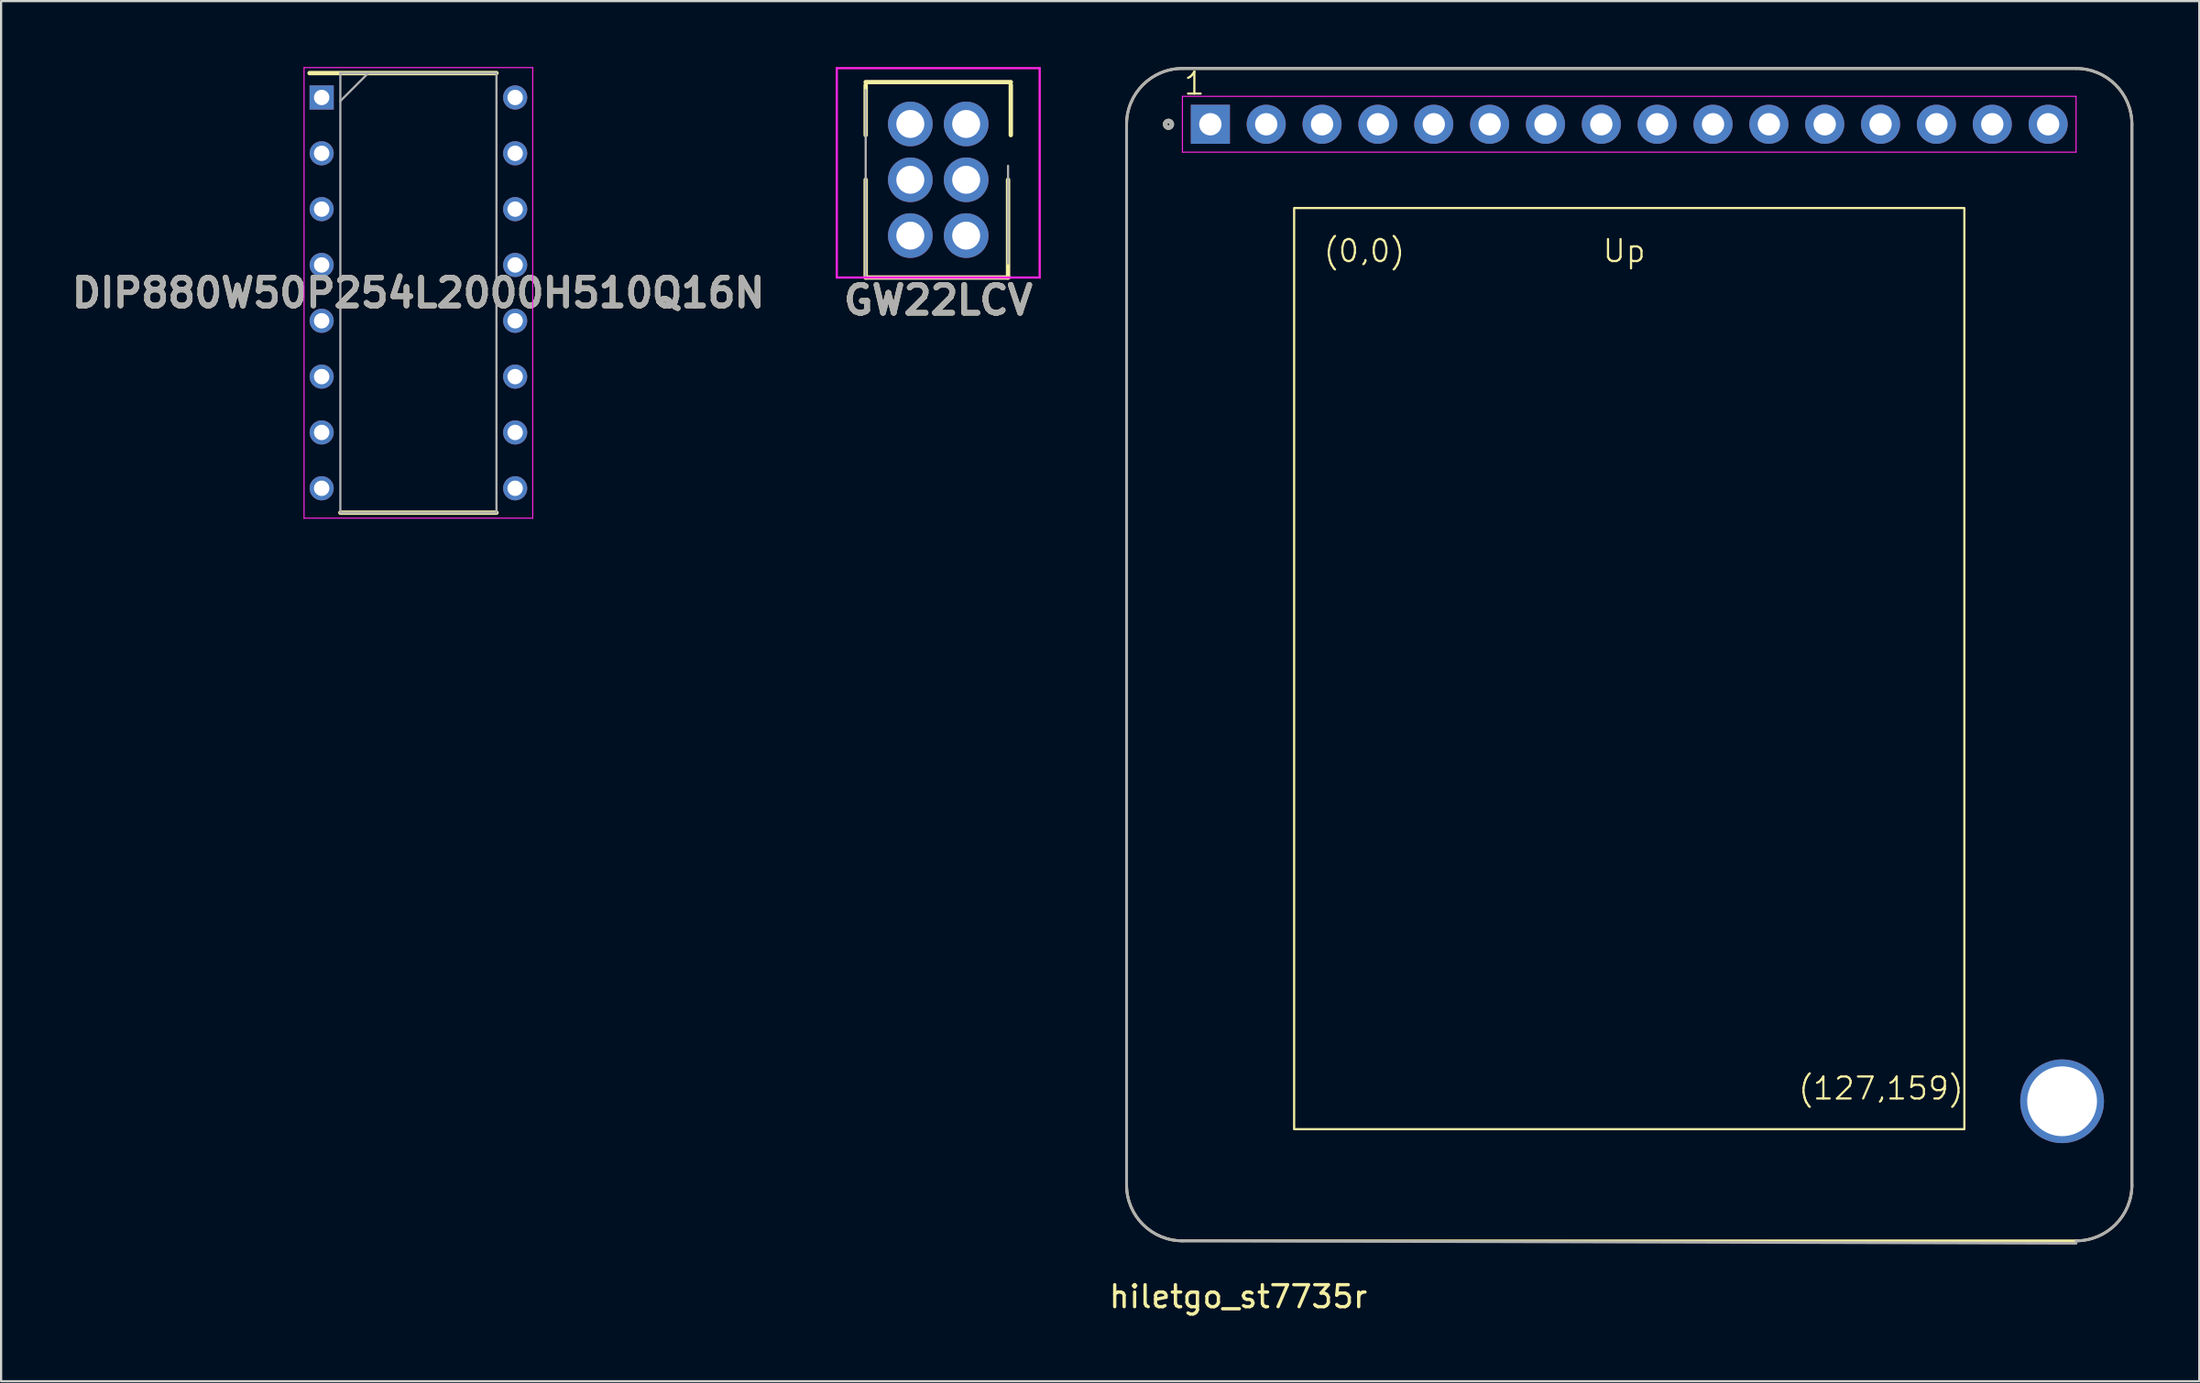
<source format=kicad_pcb>
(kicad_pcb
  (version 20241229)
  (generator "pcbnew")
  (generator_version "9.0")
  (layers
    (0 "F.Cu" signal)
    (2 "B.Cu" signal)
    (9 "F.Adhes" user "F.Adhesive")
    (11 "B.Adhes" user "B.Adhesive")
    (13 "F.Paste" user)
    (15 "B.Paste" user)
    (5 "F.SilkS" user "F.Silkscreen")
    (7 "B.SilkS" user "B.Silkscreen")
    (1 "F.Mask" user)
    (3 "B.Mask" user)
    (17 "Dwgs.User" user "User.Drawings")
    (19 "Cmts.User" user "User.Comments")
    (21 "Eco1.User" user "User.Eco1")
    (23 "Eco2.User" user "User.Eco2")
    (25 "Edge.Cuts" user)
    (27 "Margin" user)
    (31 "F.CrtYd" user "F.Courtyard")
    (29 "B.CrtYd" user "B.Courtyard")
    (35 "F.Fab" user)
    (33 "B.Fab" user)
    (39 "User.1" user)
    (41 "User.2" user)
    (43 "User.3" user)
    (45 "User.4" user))
  (footprint "DIP880W50P254L2000H510Q16N"
    (layer "F.Cu")
    (at 15.978 10.275)
    (property "Reference" "DIP880W50P254L2000H510Q16N" (at 0 0 0) (layer "F.SilkS") (effects (font (size 1.27 1.27) (thickness 0.254))))
    (attr through_hole)
    (fp_line (start -4.95 -10) (end 3.55 -10) (stroke (width 0.2) (type solid)) (layer "F.SilkS"))
    (fp_line (start -3.55 10) (end 3.55 10) (stroke (width 0.2) (type solid)) (layer "F.SilkS"))
    (fp_line (start -5.2 -10.25) (end 5.2 -10.25) (stroke (width 0.05) (type solid)) (layer "F.CrtYd"))
    (fp_line (start -5.2 10.25) (end -5.2 -10.25) (stroke (width 0.05) (type solid)) (layer "F.CrtYd"))
    (fp_line (start 5.2 -10.25) (end 5.2 10.25) (stroke (width 0.05) (type solid)) (layer "F.CrtYd"))
    (fp_line (start 5.2 10.25) (end -5.2 10.25) (stroke (width 0.05) (type solid)) (layer "F.CrtYd"))
    (fp_line (start -3.55 -10) (end 3.55 -10) (stroke (width 0.1) (type solid)) (layer "F.Fab"))
    (fp_line (start -3.55 -8.73) (end -2.28 -10) (stroke (width 0.1) (type solid)) (layer "F.Fab"))
    (fp_line (start -3.55 10) (end -3.55 -10) (stroke (width 0.1) (type solid)) (layer "F.Fab"))
    (fp_line (start 3.55 -10) (end 3.55 10) (stroke (width 0.1) (type solid)) (layer "F.Fab"))
    (fp_line (start 3.55 10) (end -3.55 10) (stroke (width 0.1) (type solid)) (layer "F.Fab"))
    (fp_text user "${REFERENCE}" (at 0 0 0) (layer "F.Fab") (effects (font (size 1.27 1.27) (thickness 0.254))))
    (pad "1" thru_hole rect (at -4.4 -8.89) (size 1.1 1.1) (drill 0.7) (layers "*.Cu" "*.Mask"))
    (pad "2" thru_hole circle (at -4.4 -6.35) (size 1.1 1.1) (drill 0.7) (layers "*.Cu" "*.Mask"))
    (pad "3" thru_hole circle (at -4.4 -3.81) (size 1.1 1.1) (drill 0.7) (layers "*.Cu" "*.Mask"))
    (pad "4" thru_hole circle (at -4.4 -1.27) (size 1.1 1.1) (drill 0.7) (layers "*.Cu" "*.Mask"))
    (pad "5" thru_hole circle (at -4.4 1.27) (size 1.1 1.1) (drill 0.7) (layers "*.Cu" "*.Mask"))
    (pad "6" thru_hole circle (at -4.4 3.81) (size 1.1 1.1) (drill 0.7) (layers "*.Cu" "*.Mask"))
    (pad "7" thru_hole circle (at -4.4 6.35) (size 1.1 1.1) (drill 0.7) (layers "*.Cu" "*.Mask"))
    (pad "8" thru_hole circle (at -4.4 8.89) (size 1.1 1.1) (drill 0.7) (layers "*.Cu" "*.Mask"))
    (pad "9" thru_hole circle (at 4.4 8.89) (size 1.1 1.1) (drill 0.7) (layers "*.Cu" "*.Mask"))
    (pad "10" thru_hole circle (at 4.4 6.35) (size 1.1 1.1) (drill 0.7) (layers "*.Cu" "*.Mask"))
    (pad "11" thru_hole circle (at 4.4 3.81) (size 1.1 1.1) (drill 0.7) (layers "*.Cu" "*.Mask"))
    (pad "12" thru_hole circle (at 4.4 1.27) (size 1.1 1.1) (drill 0.7) (layers "*.Cu" "*.Mask"))
    (pad "13" thru_hole circle (at 4.4 -1.27) (size 1.1 1.1) (drill 0.7) (layers "*.Cu" "*.Mask"))
    (pad "14" thru_hole circle (at 4.4 -3.81) (size 1.1 1.1) (drill 0.7) (layers "*.Cu" "*.Mask"))
    (pad "15" thru_hole circle (at 4.4 -6.35) (size 1.1 1.1) (drill 0.7) (layers "*.Cu" "*.Mask"))
    (pad "16" thru_hole circle (at 4.4 -8.89) (size 1.1 1.1) (drill 0.7) (layers "*.Cu" "*.Mask")))
  (footprint "GW22LCV"
    (layer "F.Cu")
    (at 39.619 7.67)
    (property "Reference" "GW22LCV" (at 0 2.936 0) (layer "F.SilkS") (effects (font (size 1.27 1.27) (thickness 0.254))))
    (attr through_hole)
    (fp_line (start -3.3 -6.985) (end 3.3 -6.985) (stroke (width 0.2) (type solid)) (layer "F.SilkS"))
    (fp_line (start -3.3 -4.575) (end -3.3 -6.855) (stroke (width 0.2) (type solid)) (layer "F.SilkS"))
    (fp_line (start -3.3 -2.54) (end -3.3 1.905) (stroke (width 0.2) (type solid)) (layer "F.SilkS"))
    (fp_line (start -3.3 1.905) (end 3.175 1.905) (stroke (width 0.2) (type solid)) (layer "F.SilkS"))
    (fp_line (start 3.175 1.905) (end 3.175 -2.54) (stroke (width 0.2) (type solid)) (layer "F.SilkS"))
    (fp_line (start 3.3 -6.855) (end 3.3 -4.575) (stroke (width 0.2) (type solid)) (layer "F.SilkS"))
    (fp_line (start -4.613 -7.62) (end 4.613 -7.62) (stroke (width 0.1) (type solid)) (layer "F.CrtYd"))
    (fp_line (start -4.613 1.905) (end -4.613 -7.62) (stroke (width 0.1) (type solid)) (layer "F.CrtYd"))
    (fp_line (start 4.613 -7.62) (end 4.613 1.905) (stroke (width 0.1) (type solid)) (layer "F.CrtYd"))
    (fp_line (start 4.613 1.905) (end -4.613 1.905) (stroke (width 0.1) (type solid)) (layer "F.CrtYd"))
    (fp_line (start -3.3 1.905) (end -3.3 -6.625) (stroke (width 0.1) (type solid)) (layer "F.Fab"))
    (fp_line (start 3.175 -3.175) (end 3.175 1.27) (stroke (width 0.1) (type solid)) (layer "F.Fab"))
    (fp_line (start 3.3 1.905) (end -3.3 1.905) (stroke (width 0.1) (type solid)) (layer "F.Fab"))
    (fp_text user "${REFERENCE}" (at 0 2.936 0) (layer "F.Fab") (effects (font (size 1.27 1.27) (thickness 0.254))))
    (pad "1" thru_hole circle (at -1.27 0) (size 2.032 2.032) (drill 1.27) (layers "*.Cu" "*.Mask"))
    (pad "2" thru_hole circle (at -1.27 -2.54) (size 2.032 2.032) (drill 1.27) (layers "*.Cu" "*.Mask"))
    (pad "3" thru_hole circle (at -1.27 -5.08) (size 2.032 2.032) (drill 1.27) (layers "*.Cu" "*.Mask"))
    (pad "4" thru_hole circle (at 1.27 0) (size 2.032 2.032) (drill 1.27) (layers "*.Cu" "*.Mask"))
    (pad "5" thru_hole circle (at 1.27 -2.54) (size 2.032 2.032) (drill 1.27) (layers "*.Cu" "*.Mask"))
    (pad "6" thru_hole circle (at 1.27 -5.08) (size 2.032 2.032) (drill 1.27) (layers "*.Cu" "*.Mask")))
  (footprint "hiletgo_st7735r"
    (layer "F.Cu")
    (at 71.044 26.734)
    (property "Reference" "hiletgo_st7735r" (at -17.78 29.21 0) (layer "F.SilkS") (effects (font (size 1 1) (thickness 0.15))))
    (attr through_hole)
    (fp_line (start -22.86 -24.13) (end -22.86 24.13) (stroke (width 0.127) (type solid)) (layer "F.SilkS"))
    (fp_line (start -20.32 26.67) (end 20.32 26.67) (stroke (width 0.127) (type solid)) (layer "F.SilkS"))
    (fp_line (start 20.32 -26.67) (end -20.32 -26.67) (stroke (width 0.127) (type solid)) (layer "F.SilkS"))
    (fp_line (start 22.86 24.13) (end 22.86 -24.13) (stroke (width 0.127) (type solid)) (layer "F.SilkS"))
    (fp_rect (start -15.24 -20.32) (end 15.24 21.59) (stroke (width 0.1) (type default)) (fill no) (layer "F.SilkS"))
    (fp_arc (start -22.860001 -24.130001) (mid -22.116052 -25.926052) (end -20.320001 -26.670001) (stroke (width 0.127) (type solid)) (layer "F.SilkS"))
    (fp_arc (start -20.320001 26.670001) (mid -22.116052 25.926052) (end -22.860001 24.130001) (stroke (width 0.127) (type solid)) (layer "F.SilkS"))
    (fp_arc (start 20.32 -26.67) (mid 22.116051 -25.926051) (end 22.86 -24.13) (stroke (width 0.127) (type solid)) (layer "F.SilkS"))
    (fp_arc (start 22.86 24.13) (mid 22.116051 25.926051) (end 20.32 26.67) (stroke (width 0.127) (type solid)) (layer "F.SilkS"))
    (fp_circle (center -20.955 -24.13) (end -20.803 -24.13) (stroke (width 0.203) (type solid)) (fill no) (layer "F.SilkS"))
    (fp_line (start -20.32 -25.4) (end -20.32 -22.86) (stroke (width 0.05) (type solid)) (layer "F.CrtYd"))
    (fp_line (start -20.32 -22.86) (end 20.32 -22.86) (stroke (width 0.05) (type solid)) (layer "F.CrtYd"))
    (fp_line (start 20.32 -25.4) (end -20.32 -25.4) (stroke (width 0.05) (type solid)) (layer "F.CrtYd"))
    (fp_line (start 20.32 -22.86) (end 20.32 -25.4) (stroke (width 0.05) (type solid)) (layer "F.CrtYd"))
    (fp_line (start -22.86 -24.13) (end -22.86 24.13) (stroke (width 0.127) (type solid)) (layer "F.Fab"))
    (fp_line (start -20.32 26.67) (end 20.32 26.779) (stroke (width 0.127) (type solid)) (layer "F.Fab"))
    (fp_line (start 20.32 -26.67) (end -20.32 -26.67) (stroke (width 0.127) (type solid)) (layer "F.Fab"))
    (fp_line (start 22.86 24.239) (end 22.86 -24.13) (stroke (width 0.127) (type solid)) (layer "F.Fab"))
    (fp_arc (start -22.860001 -24.130001) (mid -22.116052 -25.926052) (end -20.320001 -26.670001) (stroke (width 0.127) (type solid)) (layer "F.Fab"))
    (fp_arc (start -20.320001 26.670001) (mid -22.116052 25.926052) (end -22.860001 24.130001) (stroke (width 0.127) (type solid)) (layer "F.Fab"))
    (fp_arc (start 20.32 -26.67) (mid 22.116051 -25.926051) (end 22.86 -24.13) (stroke (width 0.127) (type solid)) (layer "F.Fab"))
    (fp_arc (start 22.86 24.13) (mid 22.116051 25.926051) (end 20.32 26.67) (stroke (width 0.127) (type solid)) (layer "F.Fab"))
    (fp_circle (center -20.955 -24.13) (end -20.803 -24.13) (stroke (width 0.203) (type solid)) (fill no) (layer "F.Fab"))
    (fp_text user "(127,159)" (at 7.62 20.32 0) (unlocked yes) (layer "F.SilkS") (effects (font (size 1 1) (thickness 0.1)) (justify left bottom)))
    (fp_text user "Up" (at -1.27 -17.78 0) (unlocked yes) (layer "F.SilkS") (effects (font (size 1 1) (thickness 0.1)) (justify left bottom)))
    (fp_text user "(0,0)" (at -13.97 -17.78 0) (unlocked yes) (layer "F.SilkS") (effects (font (size 1 1) (thickness 0.1)) (justify left bottom)))
    (fp_text user "1" (at -20.32 -25.4 0) (unlocked yes) (layer "F.SilkS") (effects (font (size 1 1) (thickness 0.1)) (justify left bottom)))
    (pad "" np_thru_hole circle (at 19.685 20.32 90) (size 3.81 3.81) (drill 3.175) (layers "*.Cu" "*.Mask"))
    (pad "1" thru_hole rect (at -19.05 -24.13 90) (size 1.778 1.778) (drill 1.016) (layers "*.Cu" "*.Mask"))
    (pad "2" thru_hole circle (at -16.51 -24.13 90) (size 1.778 1.778) (drill 1.016) (layers "*.Cu" "*.Mask"))
    (pad "3" thru_hole circle (at -13.97 -24.13 90) (size 1.778 1.778) (drill 1.016) (layers "*.Cu" "*.Mask"))
    (pad "4" thru_hole circle (at -11.43 -24.13 90) (size 1.778 1.778) (drill 1.016) (layers "*.Cu" "*.Mask"))
    (pad "5" thru_hole circle (at -8.89 -24.13 90) (size 1.778 1.778) (drill 1.016) (layers "*.Cu" "*.Mask"))
    (pad "6" thru_hole circle (at -6.35 -24.13 90) (size 1.778 1.778) (drill 1.016) (layers "*.Cu" "*.Mask"))
    (pad "7" thru_hole circle (at -3.81 -24.13 90) (size 1.778 1.778) (drill 1.016) (layers "*.Cu" "*.Mask"))
    (pad "8" thru_hole circle (at -1.27 -24.13 90) (size 1.778 1.778) (drill 1.016) (layers "*.Cu" "*.Mask"))
    (pad "9" thru_hole circle (at 1.27 -24.13 90) (size 1.778 1.778) (drill 1.016) (layers "*.Cu" "*.Mask"))
    (pad "10" thru_hole circle (at 3.81 -24.13 90) (size 1.778 1.778) (drill 1.016) (layers "*.Cu" "*.Mask"))
    (pad "11" thru_hole circle (at 6.35 -24.13 90) (size 1.778 1.778) (drill 1.016) (layers "*.Cu" "*.Mask"))
    (pad "12" thru_hole circle (at 8.89 -24.13 90) (size 1.778 1.778) (drill 1.016) (layers "*.Cu" "*.Mask"))
    (pad "13" thru_hole circle (at 11.43 -24.13 90) (size 1.778 1.778) (drill 1.016) (layers "*.Cu" "*.Mask"))
    (pad "14" thru_hole circle (at 13.97 -24.13 90) (size 1.778 1.778) (drill 1.016) (layers "*.Cu" "*.Mask"))
    (pad "15" thru_hole circle (at 16.51 -24.13 90) (size 1.778 1.778) (drill 1.016) (layers "*.Cu" "*.Mask"))
    (pad "16" thru_hole circle (at 19.05 -24.13 90) (size 1.778 1.778) (drill 1.016) (layers "*.Cu" "*.Mask")))
  (gr_rect
    (start -3 -3)
    (end 96.967 59.792)
    (stroke (width 0.1) (type default))
    (fill no)
    (layer "Edge.Cuts")))
</source>
